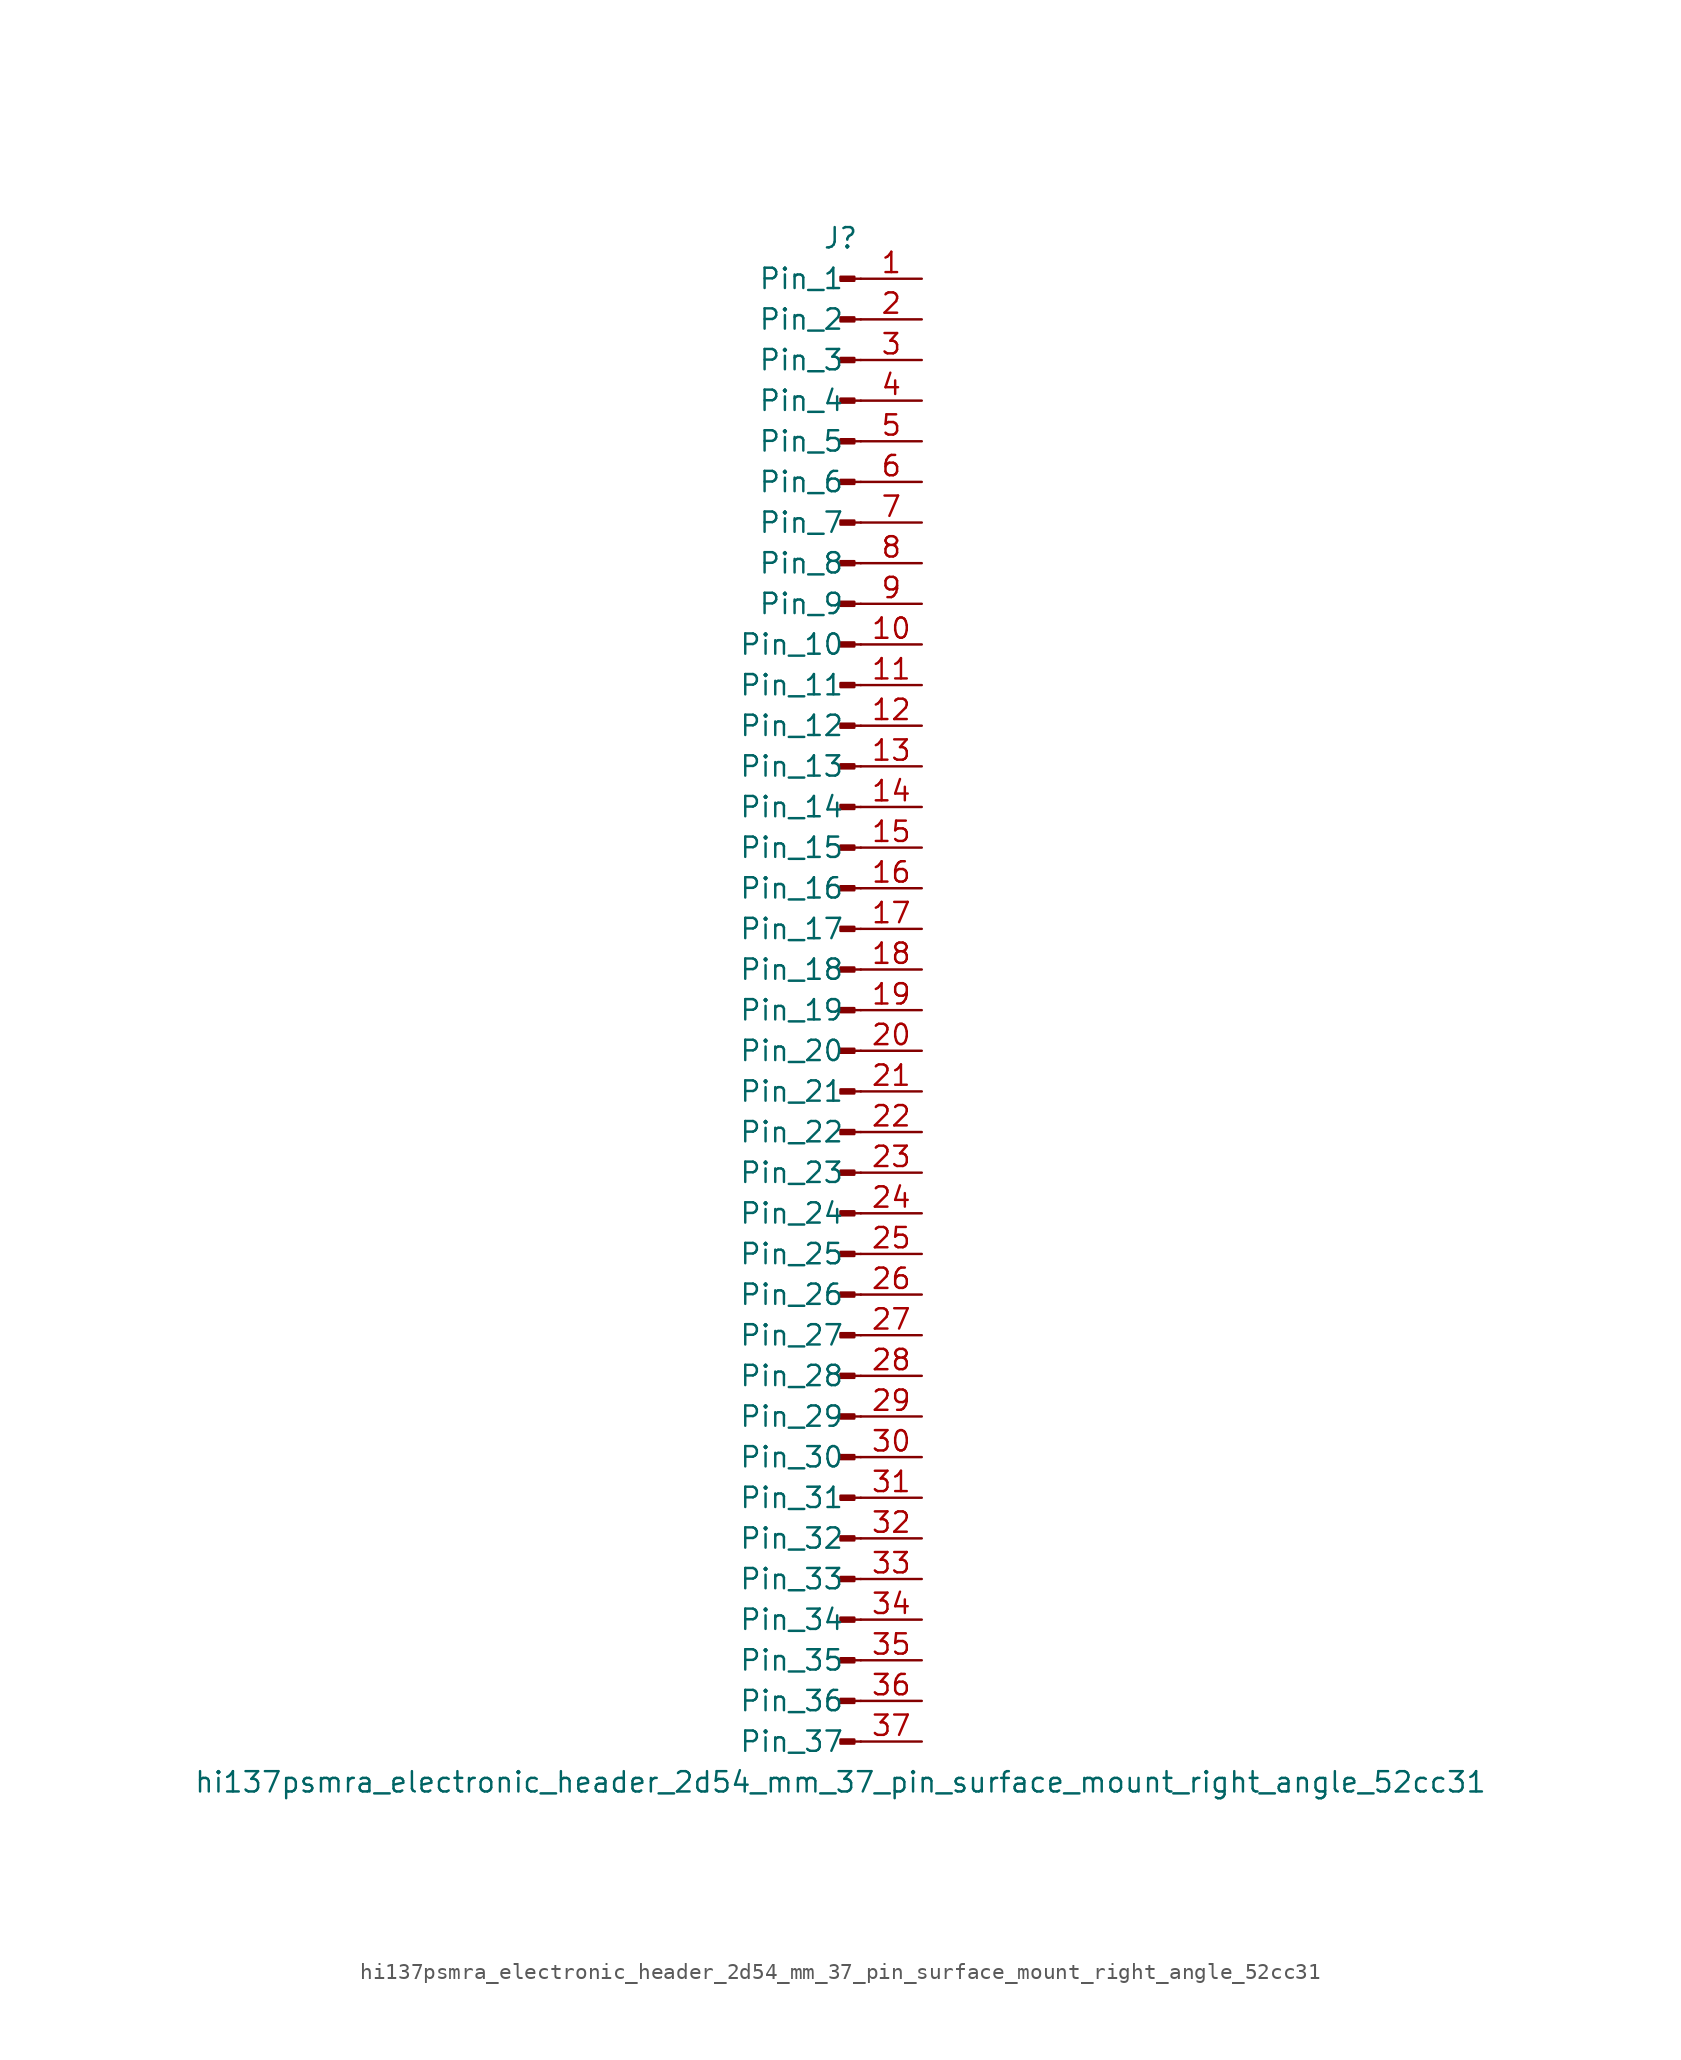
<source format=kicad_sym>
(kicad_symbol_lib
  (version 20220914)
  (generator kicad_symbol_editor)
  (symbol "hi137psmra_electronic_header_2d54_mm_37_pin_surface_mount_right_angle_52cc31"
    (pin_names
      (offset 1.016))
    (property "Reference" "J"
      (at 0 48.26 0)
      (effects (font (size 1.27 1.27))))
    (property "Value" "hi137psmra_electronic_header_2d54_mm_37_pin_surface_mount_right_angle_52cc31"
      (at 0 -48.26 0)
      (effects (font (size 1.27 1.27))))
    (property "ki_locked" ""
      (at 0 0 0)
      (effects (font (size 1.27 1.27))))
    (symbol "hi137psmra_electronic_header_2d54_mm_37_pin_surface_mount_right_angle_52cc31_1_1"
      (polyline (pts (xy 1.27 -45.72) (xy 0.864 -45.72)) (stroke (width 0.152) (type default)) (fill (type none)))
      (polyline (pts (xy 1.27 -43.18) (xy 0.864 -43.18)) (stroke (width 0.152) (type default)) (fill (type none)))
      (polyline (pts (xy 1.27 -40.64) (xy 0.864 -40.64)) (stroke (width 0.152) (type default)) (fill (type none)))
      (polyline (pts (xy 1.27 -38.1) (xy 0.864 -38.1)) (stroke (width 0.152) (type default)) (fill (type none)))
      (polyline (pts (xy 1.27 -35.56) (xy 0.864 -35.56)) (stroke (width 0.152) (type default)) (fill (type none)))
      (polyline (pts (xy 1.27 -33.02) (xy 0.864 -33.02)) (stroke (width 0.152) (type default)) (fill (type none)))
      (polyline (pts (xy 1.27 -30.48) (xy 0.864 -30.48)) (stroke (width 0.152) (type default)) (fill (type none)))
      (polyline (pts (xy 1.27 -27.94) (xy 0.864 -27.94)) (stroke (width 0.152) (type default)) (fill (type none)))
      (polyline (pts (xy 1.27 -25.4) (xy 0.864 -25.4)) (stroke (width 0.152) (type default)) (fill (type none)))
      (polyline (pts (xy 1.27 -22.86) (xy 0.864 -22.86)) (stroke (width 0.152) (type default)) (fill (type none)))
      (polyline (pts (xy 1.27 -20.32) (xy 0.864 -20.32)) (stroke (width 0.152) (type default)) (fill (type none)))
      (polyline (pts (xy 1.27 -17.78) (xy 0.864 -17.78)) (stroke (width 0.152) (type default)) (fill (type none)))
      (polyline (pts (xy 1.27 -15.24) (xy 0.864 -15.24)) (stroke (width 0.152) (type default)) (fill (type none)))
      (polyline (pts (xy 1.27 -12.7) (xy 0.864 -12.7)) (stroke (width 0.152) (type default)) (fill (type none)))
      (polyline (pts (xy 1.27 -10.16) (xy 0.864 -10.16)) (stroke (width 0.152) (type default)) (fill (type none)))
      (polyline (pts (xy 1.27 -7.62) (xy 0.864 -7.62)) (stroke (width 0.152) (type default)) (fill (type none)))
      (polyline (pts (xy 1.27 -5.08) (xy 0.864 -5.08)) (stroke (width 0.152) (type default)) (fill (type none)))
      (polyline (pts (xy 1.27 -2.54) (xy 0.864 -2.54)) (stroke (width 0.152) (type default)) (fill (type none)))
      (polyline (pts (xy 1.27 0) (xy 0.864 0)) (stroke (width 0.152) (type default)) (fill (type none)))
      (polyline (pts (xy 1.27 2.54) (xy 0.864 2.54)) (stroke (width 0.152) (type default)) (fill (type none)))
      (polyline (pts (xy 1.27 5.08) (xy 0.864 5.08)) (stroke (width 0.152) (type default)) (fill (type none)))
      (polyline (pts (xy 1.27 7.62) (xy 0.864 7.62)) (stroke (width 0.152) (type default)) (fill (type none)))
      (polyline (pts (xy 1.27 10.16) (xy 0.864 10.16)) (stroke (width 0.152) (type default)) (fill (type none)))
      (polyline (pts (xy 1.27 12.7) (xy 0.864 12.7)) (stroke (width 0.152) (type default)) (fill (type none)))
      (polyline (pts (xy 1.27 15.24) (xy 0.864 15.24)) (stroke (width 0.152) (type default)) (fill (type none)))
      (polyline (pts (xy 1.27 17.78) (xy 0.864 17.78)) (stroke (width 0.152) (type default)) (fill (type none)))
      (polyline (pts (xy 1.27 20.32) (xy 0.864 20.32)) (stroke (width 0.152) (type default)) (fill (type none)))
      (polyline (pts (xy 1.27 22.86) (xy 0.864 22.86)) (stroke (width 0.152) (type default)) (fill (type none)))
      (polyline (pts (xy 1.27 25.4) (xy 0.864 25.4)) (stroke (width 0.152) (type default)) (fill (type none)))
      (polyline (pts (xy 1.27 27.94) (xy 0.864 27.94)) (stroke (width 0.152) (type default)) (fill (type none)))
      (polyline (pts (xy 1.27 30.48) (xy 0.864 30.48)) (stroke (width 0.152) (type default)) (fill (type none)))
      (polyline (pts (xy 1.27 33.02) (xy 0.864 33.02)) (stroke (width 0.152) (type default)) (fill (type none)))
      (polyline (pts (xy 1.27 35.56) (xy 0.864 35.56)) (stroke (width 0.152) (type default)) (fill (type none)))
      (polyline (pts (xy 1.27 38.1) (xy 0.864 38.1)) (stroke (width 0.152) (type default)) (fill (type none)))
      (polyline (pts (xy 1.27 40.64) (xy 0.864 40.64)) (stroke (width 0.152) (type default)) (fill (type none)))
      (polyline (pts (xy 1.27 43.18) (xy 0.864 43.18)) (stroke (width 0.152) (type default)) (fill (type none)))
      (polyline (pts (xy 1.27 45.72) (xy 0.864 45.72)) (stroke (width 0.152) (type default)) (fill (type none)))
      (rectangle (start 0.864 -45.593) (end 0 -45.847) (stroke (width 0.152) (type default)) (fill (type outline)))
      (rectangle (start 0.864 -43.053) (end 0 -43.307) (stroke (width 0.152) (type default)) (fill (type outline)))
      (rectangle (start 0.864 -40.513) (end 0 -40.767) (stroke (width 0.152) (type default)) (fill (type outline)))
      (rectangle (start 0.864 -37.973) (end 0 -38.227) (stroke (width 0.152) (type default)) (fill (type outline)))
      (rectangle (start 0.864 -35.433) (end 0 -35.687) (stroke (width 0.152) (type default)) (fill (type outline)))
      (rectangle (start 0.864 -32.893) (end 0 -33.147) (stroke (width 0.152) (type default)) (fill (type outline)))
      (rectangle (start 0.864 -30.353) (end 0 -30.607) (stroke (width 0.152) (type default)) (fill (type outline)))
      (rectangle (start 0.864 -27.813) (end 0 -28.067) (stroke (width 0.152) (type default)) (fill (type outline)))
      (rectangle (start 0.864 -25.273) (end 0 -25.527) (stroke (width 0.152) (type default)) (fill (type outline)))
      (rectangle (start 0.864 -22.733) (end 0 -22.987) (stroke (width 0.152) (type default)) (fill (type outline)))
      (rectangle (start 0.864 -20.193) (end 0 -20.447) (stroke (width 0.152) (type default)) (fill (type outline)))
      (rectangle (start 0.864 -17.653) (end 0 -17.907) (stroke (width 0.152) (type default)) (fill (type outline)))
      (rectangle (start 0.864 -15.113) (end 0 -15.367) (stroke (width 0.152) (type default)) (fill (type outline)))
      (rectangle (start 0.864 -12.573) (end 0 -12.827) (stroke (width 0.152) (type default)) (fill (type outline)))
      (rectangle (start 0.864 -10.033) (end 0 -10.287) (stroke (width 0.152) (type default)) (fill (type outline)))
      (rectangle (start 0.864 -7.493) (end 0 -7.747) (stroke (width 0.152) (type default)) (fill (type outline)))
      (rectangle (start 0.864 -4.953) (end 0 -5.207) (stroke (width 0.152) (type default)) (fill (type outline)))
      (rectangle (start 0.864 -2.413) (end 0 -2.667) (stroke (width 0.152) (type default)) (fill (type outline)))
      (rectangle (start 0.864 0.127) (end 0 -0.127) (stroke (width 0.152) (type default)) (fill (type outline)))
      (rectangle (start 0.864 2.667) (end 0 2.413) (stroke (width 0.152) (type default)) (fill (type outline)))
      (rectangle (start 0.864 5.207) (end 0 4.953) (stroke (width 0.152) (type default)) (fill (type outline)))
      (rectangle (start 0.864 7.747) (end 0 7.493) (stroke (width 0.152) (type default)) (fill (type outline)))
      (rectangle (start 0.864 10.287) (end 0 10.033) (stroke (width 0.152) (type default)) (fill (type outline)))
      (rectangle (start 0.864 12.827) (end 0 12.573) (stroke (width 0.152) (type default)) (fill (type outline)))
      (rectangle (start 0.864 15.367) (end 0 15.113) (stroke (width 0.152) (type default)) (fill (type outline)))
      (rectangle (start 0.864 17.907) (end 0 17.653) (stroke (width 0.152) (type default)) (fill (type outline)))
      (rectangle (start 0.864 20.447) (end 0 20.193) (stroke (width 0.152) (type default)) (fill (type outline)))
      (rectangle (start 0.864 22.987) (end 0 22.733) (stroke (width 0.152) (type default)) (fill (type outline)))
      (rectangle (start 0.864 25.527) (end 0 25.273) (stroke (width 0.152) (type default)) (fill (type outline)))
      (rectangle (start 0.864 28.067) (end 0 27.813) (stroke (width 0.152) (type default)) (fill (type outline)))
      (rectangle (start 0.864 30.607) (end 0 30.353) (stroke (width 0.152) (type default)) (fill (type outline)))
      (rectangle (start 0.864 33.147) (end 0 32.893) (stroke (width 0.152) (type default)) (fill (type outline)))
      (rectangle (start 0.864 35.687) (end 0 35.433) (stroke (width 0.152) (type default)) (fill (type outline)))
      (rectangle (start 0.864 38.227) (end 0 37.973) (stroke (width 0.152) (type default)) (fill (type outline)))
      (rectangle (start 0.864 40.767) (end 0 40.513) (stroke (width 0.152) (type default)) (fill (type outline)))
      (rectangle (start 0.864 43.307) (end 0 43.053) (stroke (width 0.152) (type default)) (fill (type outline)))
      (rectangle (start 0.864 45.847) (end 0 45.593) (stroke (width 0.152) (type default)) (fill (type outline)))
      (pin passive line (at 5.08 45.72 180) (length 3.81) (name "Pin_1" (effects (font (size 1.27 1.27)))) (number "1" (effects (font (size 1.27 1.27)))))
      (pin passive line (at 5.08 22.86 180) (length 3.81) (name "Pin_10" (effects (font (size 1.27 1.27)))) (number "10" (effects (font (size 1.27 1.27)))))
      (pin passive line (at 5.08 20.32 180) (length 3.81) (name "Pin_11" (effects (font (size 1.27 1.27)))) (number "11" (effects (font (size 1.27 1.27)))))
      (pin passive line (at 5.08 17.78 180) (length 3.81) (name "Pin_12" (effects (font (size 1.27 1.27)))) (number "12" (effects (font (size 1.27 1.27)))))
      (pin passive line (at 5.08 15.24 180) (length 3.81) (name "Pin_13" (effects (font (size 1.27 1.27)))) (number "13" (effects (font (size 1.27 1.27)))))
      (pin passive line (at 5.08 12.7 180) (length 3.81) (name "Pin_14" (effects (font (size 1.27 1.27)))) (number "14" (effects (font (size 1.27 1.27)))))
      (pin passive line (at 5.08 10.16 180) (length 3.81) (name "Pin_15" (effects (font (size 1.27 1.27)))) (number "15" (effects (font (size 1.27 1.27)))))
      (pin passive line (at 5.08 7.62 180) (length 3.81) (name "Pin_16" (effects (font (size 1.27 1.27)))) (number "16" (effects (font (size 1.27 1.27)))))
      (pin passive line (at 5.08 5.08 180) (length 3.81) (name "Pin_17" (effects (font (size 1.27 1.27)))) (number "17" (effects (font (size 1.27 1.27)))))
      (pin passive line (at 5.08 2.54 180) (length 3.81) (name "Pin_18" (effects (font (size 1.27 1.27)))) (number "18" (effects (font (size 1.27 1.27)))))
      (pin passive line (at 5.08 0 180) (length 3.81) (name "Pin_19" (effects (font (size 1.27 1.27)))) (number "19" (effects (font (size 1.27 1.27)))))
      (pin passive line (at 5.08 43.18 180) (length 3.81) (name "Pin_2" (effects (font (size 1.27 1.27)))) (number "2" (effects (font (size 1.27 1.27)))))
      (pin passive line (at 5.08 -2.54 180) (length 3.81) (name "Pin_20" (effects (font (size 1.27 1.27)))) (number "20" (effects (font (size 1.27 1.27)))))
      (pin passive line (at 5.08 -5.08 180) (length 3.81) (name "Pin_21" (effects (font (size 1.27 1.27)))) (number "21" (effects (font (size 1.27 1.27)))))
      (pin passive line (at 5.08 -7.62 180) (length 3.81) (name "Pin_22" (effects (font (size 1.27 1.27)))) (number "22" (effects (font (size 1.27 1.27)))))
      (pin passive line (at 5.08 -10.16 180) (length 3.81) (name "Pin_23" (effects (font (size 1.27 1.27)))) (number "23" (effects (font (size 1.27 1.27)))))
      (pin passive line (at 5.08 -12.7 180) (length 3.81) (name "Pin_24" (effects (font (size 1.27 1.27)))) (number "24" (effects (font (size 1.27 1.27)))))
      (pin passive line (at 5.08 -15.24 180) (length 3.81) (name "Pin_25" (effects (font (size 1.27 1.27)))) (number "25" (effects (font (size 1.27 1.27)))))
      (pin passive line (at 5.08 -17.78 180) (length 3.81) (name "Pin_26" (effects (font (size 1.27 1.27)))) (number "26" (effects (font (size 1.27 1.27)))))
      (pin passive line (at 5.08 -20.32 180) (length 3.81) (name "Pin_27" (effects (font (size 1.27 1.27)))) (number "27" (effects (font (size 1.27 1.27)))))
      (pin passive line (at 5.08 -22.86 180) (length 3.81) (name "Pin_28" (effects (font (size 1.27 1.27)))) (number "28" (effects (font (size 1.27 1.27)))))
      (pin passive line (at 5.08 -25.4 180) (length 3.81) (name "Pin_29" (effects (font (size 1.27 1.27)))) (number "29" (effects (font (size 1.27 1.27)))))
      (pin passive line (at 5.08 40.64 180) (length 3.81) (name "Pin_3" (effects (font (size 1.27 1.27)))) (number "3" (effects (font (size 1.27 1.27)))))
      (pin passive line (at 5.08 -27.94 180) (length 3.81) (name "Pin_30" (effects (font (size 1.27 1.27)))) (number "30" (effects (font (size 1.27 1.27)))))
      (pin passive line (at 5.08 -30.48 180) (length 3.81) (name "Pin_31" (effects (font (size 1.27 1.27)))) (number "31" (effects (font (size 1.27 1.27)))))
      (pin passive line (at 5.08 -33.02 180) (length 3.81) (name "Pin_32" (effects (font (size 1.27 1.27)))) (number "32" (effects (font (size 1.27 1.27)))))
      (pin passive line (at 5.08 -35.56 180) (length 3.81) (name "Pin_33" (effects (font (size 1.27 1.27)))) (number "33" (effects (font (size 1.27 1.27)))))
      (pin passive line (at 5.08 -38.1 180) (length 3.81) (name "Pin_34" (effects (font (size 1.27 1.27)))) (number "34" (effects (font (size 1.27 1.27)))))
      (pin passive line (at 5.08 -40.64 180) (length 3.81) (name "Pin_35" (effects (font (size 1.27 1.27)))) (number "35" (effects (font (size 1.27 1.27)))))
      (pin passive line (at 5.08 -43.18 180) (length 3.81) (name "Pin_36" (effects (font (size 1.27 1.27)))) (number "36" (effects (font (size 1.27 1.27)))))
      (pin passive line (at 5.08 -45.72 180) (length 3.81) (name "Pin_37" (effects (font (size 1.27 1.27)))) (number "37" (effects (font (size 1.27 1.27)))))
      (pin passive line (at 5.08 38.1 180) (length 3.81) (name "Pin_4" (effects (font (size 1.27 1.27)))) (number "4" (effects (font (size 1.27 1.27)))))
      (pin passive line (at 5.08 35.56 180) (length 3.81) (name "Pin_5" (effects (font (size 1.27 1.27)))) (number "5" (effects (font (size 1.27 1.27)))))
      (pin passive line (at 5.08 33.02 180) (length 3.81) (name "Pin_6" (effects (font (size 1.27 1.27)))) (number "6" (effects (font (size 1.27 1.27)))))
      (pin passive line (at 5.08 30.48 180) (length 3.81) (name "Pin_7" (effects (font (size 1.27 1.27)))) (number "7" (effects (font (size 1.27 1.27)))))
      (pin passive line (at 5.08 27.94 180) (length 3.81) (name "Pin_8" (effects (font (size 1.27 1.27)))) (number "8" (effects (font (size 1.27 1.27)))))
      (pin passive line (at 5.08 25.4 180) (length 3.81) (name "Pin_9" (effects (font (size 1.27 1.27)))) (number "9" (effects (font (size 1.27 1.27))))))))
</source>
